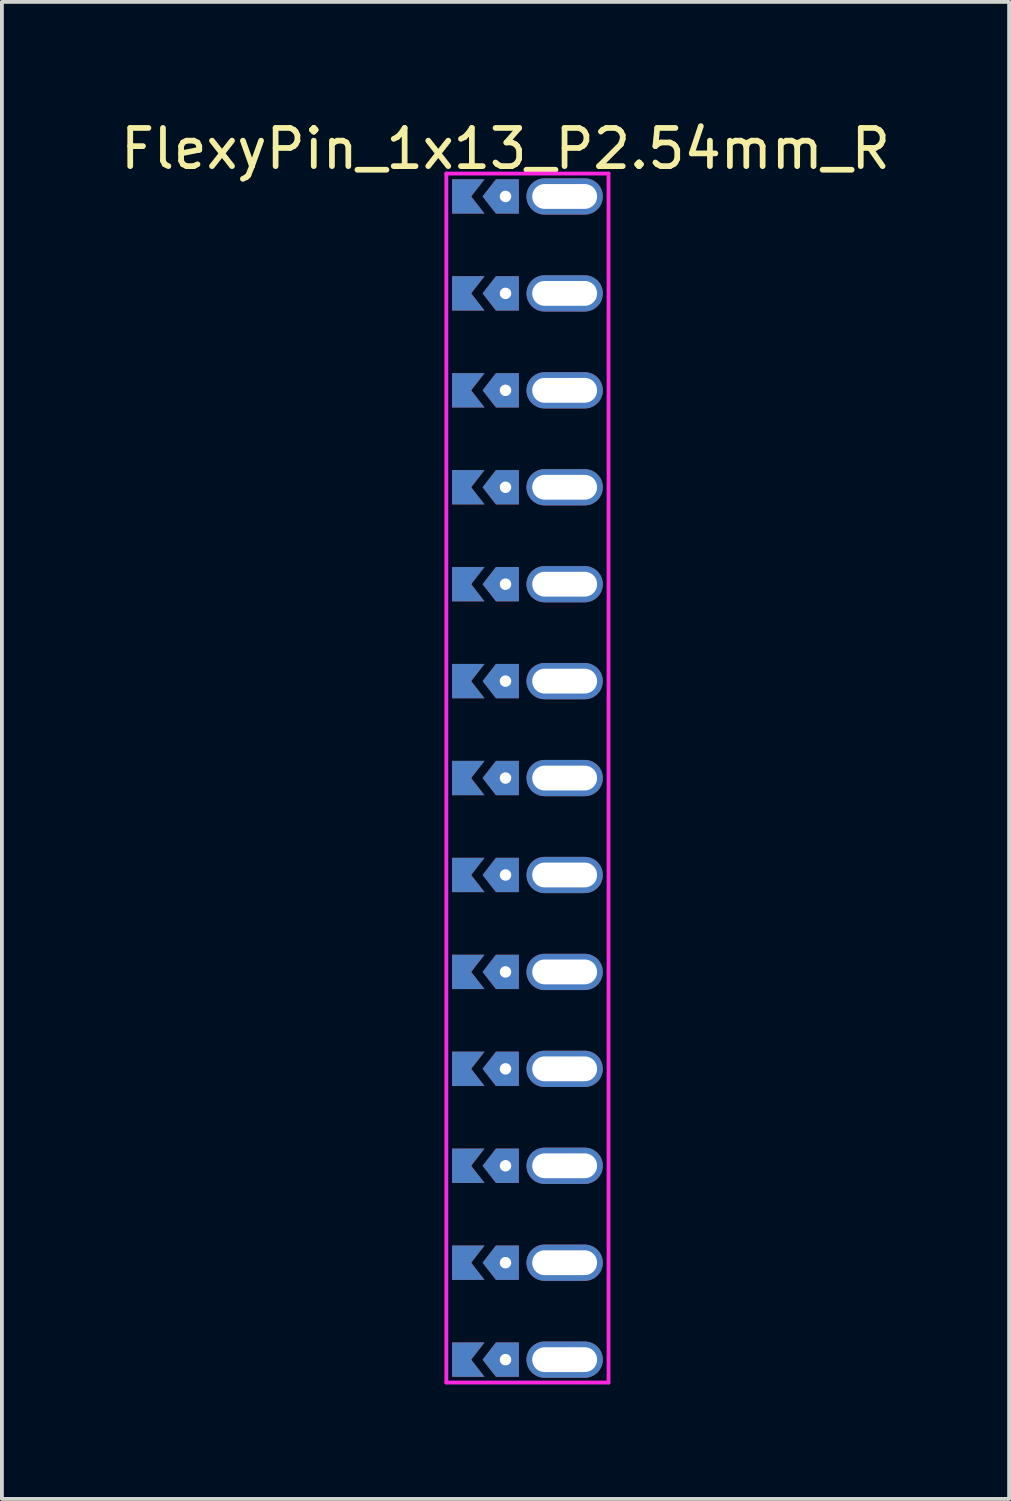
<source format=kicad_pcb>
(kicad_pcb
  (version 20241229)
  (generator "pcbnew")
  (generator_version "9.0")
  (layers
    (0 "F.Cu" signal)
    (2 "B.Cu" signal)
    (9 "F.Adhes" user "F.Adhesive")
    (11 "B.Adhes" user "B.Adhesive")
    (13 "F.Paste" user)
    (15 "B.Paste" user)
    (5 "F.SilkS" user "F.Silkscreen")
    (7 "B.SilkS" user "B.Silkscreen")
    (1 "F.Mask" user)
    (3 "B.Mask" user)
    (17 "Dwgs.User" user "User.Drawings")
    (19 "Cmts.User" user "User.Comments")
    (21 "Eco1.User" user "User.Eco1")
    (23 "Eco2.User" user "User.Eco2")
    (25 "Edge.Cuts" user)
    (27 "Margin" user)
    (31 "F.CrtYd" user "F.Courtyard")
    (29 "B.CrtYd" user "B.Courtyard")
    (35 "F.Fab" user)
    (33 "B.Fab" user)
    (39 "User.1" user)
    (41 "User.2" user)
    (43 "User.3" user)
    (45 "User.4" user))
  (footprint "FlexyPin_1x13_P2.54mm_R"
    (layer "F.Cu")
    (at 10.196 2.098)
    (property "Reference" "FlexyPin_1x13_P2.54mm_R" (at 0 -1.25 0) (layer "F.SilkS") (effects (font (size 1 1) (thickness 0.15))))
    (attr through_hole)
    (fp_line (start -1.55 -0.6) (end 2.7 -0.6) (stroke (width 0.1) (type solid)) (layer "F.CrtYd"))
    (fp_line (start -1.55 31.08) (end -1.55 -0.6) (stroke (width 0.1) (type solid)) (layer "F.CrtYd"))
    (fp_line (start 2.7 -0.6) (end 2.7 31.08) (stroke (width 0.1) (type solid)) (layer "F.CrtYd"))
    (fp_line (start 2.7 31.08) (end -1.55 31.08) (stroke (width 0.1) (type solid)) (layer "F.CrtYd"))
    (pad "" thru_hole custom (at 0 0) (size 0.3 0.3) (drill 0.6) (layers "*.Cu" "*.Mask") (options (anchor rect)) (primitives (gr_poly (pts (xy 0.35 0.45) (xy 0.35 -0.45) (xy -0.25 -0.45) (xy -0.6 0) (xy -0.25 0.45)) (width 0) (fill yes))))
    (pad "" thru_hole custom (at 0 2.54) (size 0.3 0.3) (drill 0.6) (layers "*.Cu" "*.Mask") (options (anchor rect)) (primitives (gr_poly (pts (xy 0.35 0.45) (xy 0.35 -0.45) (xy -0.25 -0.45) (xy -0.6 0) (xy -0.25 0.45)) (width 0) (fill yes))))
    (pad "" thru_hole custom (at 0 5.08) (size 0.3 0.3) (drill 0.6) (layers "*.Cu" "*.Mask") (options (anchor rect)) (primitives (gr_poly (pts (xy 0.35 0.45) (xy 0.35 -0.45) (xy -0.25 -0.45) (xy -0.6 0) (xy -0.25 0.45)) (width 0) (fill yes))))
    (pad "" thru_hole custom (at 0 7.62) (size 0.3 0.3) (drill 0.6) (layers "*.Cu" "*.Mask") (options (anchor rect)) (primitives (gr_poly (pts (xy 0.35 0.45) (xy 0.35 -0.45) (xy -0.25 -0.45) (xy -0.6 0) (xy -0.25 0.45)) (width 0) (fill yes))))
    (pad "" thru_hole custom (at 0 10.16) (size 0.3 0.3) (drill 0.6) (layers "*.Cu" "*.Mask") (options (anchor rect)) (primitives (gr_poly (pts (xy 0.35 0.45) (xy 0.35 -0.45) (xy -0.25 -0.45) (xy -0.6 0) (xy -0.25 0.45)) (width 0) (fill yes))))
    (pad "" thru_hole custom (at 0 12.7) (size 0.3 0.3) (drill 0.6) (layers "*.Cu" "*.Mask") (options (anchor rect)) (primitives (gr_poly (pts (xy 0.35 0.45) (xy 0.35 -0.45) (xy -0.25 -0.45) (xy -0.6 0) (xy -0.25 0.45)) (width 0) (fill yes))))
    (pad "" thru_hole custom (at 0 15.24) (size 0.3 0.3) (drill 0.6) (layers "*.Cu" "*.Mask") (options (anchor rect)) (primitives (gr_poly (pts (xy 0.35 0.45) (xy 0.35 -0.45) (xy -0.25 -0.45) (xy -0.6 0) (xy -0.25 0.45)) (width 0) (fill yes))))
    (pad "" thru_hole custom (at 0 17.78) (size 0.3 0.3) (drill 0.6) (layers "*.Cu" "*.Mask") (options (anchor rect)) (primitives (gr_poly (pts (xy 0.35 0.45) (xy 0.35 -0.45) (xy -0.25 -0.45) (xy -0.6 0) (xy -0.25 0.45)) (width 0) (fill yes))))
    (pad "" thru_hole custom (at 0 20.32) (size 0.3 0.3) (drill 0.6) (layers "*.Cu" "*.Mask") (options (anchor rect)) (primitives (gr_poly (pts (xy 0.35 0.45) (xy 0.35 -0.45) (xy -0.25 -0.45) (xy -0.6 0) (xy -0.25 0.45)) (width 0) (fill yes))))
    (pad "" thru_hole custom (at 0 22.86) (size 0.3 0.3) (drill 0.6) (layers "*.Cu" "*.Mask") (options (anchor rect)) (primitives (gr_poly (pts (xy 0.35 0.45) (xy 0.35 -0.45) (xy -0.25 -0.45) (xy -0.6 0) (xy -0.25 0.45)) (width 0) (fill yes))))
    (pad "" thru_hole custom (at 0 25.4) (size 0.3 0.3) (drill 0.6) (layers "*.Cu" "*.Mask") (options (anchor rect)) (primitives (gr_poly (pts (xy 0.35 0.45) (xy 0.35 -0.45) (xy -0.25 -0.45) (xy -0.6 0) (xy -0.25 0.45)) (width 0) (fill yes))))
    (pad "" thru_hole custom (at 0 27.94) (size 0.3 0.3) (drill 0.6) (layers "*.Cu" "*.Mask") (options (anchor rect)) (primitives (gr_poly (pts (xy 0.35 0.45) (xy 0.35 -0.45) (xy -0.25 -0.45) (xy -0.6 0) (xy -0.25 0.45)) (width 0) (fill yes))))
    (pad "" thru_hole custom (at 0 30.48) (size 0.3 0.3) (drill 0.6) (layers "*.Cu" "*.Mask") (options (anchor rect)) (primitives (gr_poly (pts (xy 0.35 0.45) (xy 0.35 -0.45) (xy -0.25 -0.45) (xy -0.6 0) (xy -0.25 0.45)) (width 0) (fill yes))))
    (pad "" thru_hole oval (at 1.55 0) (size 2 0.95) (drill oval 1.7 0.65) (layers "*.Cu" "*.Mask"))
    (pad "" thru_hole oval (at 1.55 2.54) (size 2 0.95) (drill oval 1.7 0.65) (layers "*.Cu" "*.Mask"))
    (pad "" thru_hole oval (at 1.55 5.08) (size 2 0.95) (drill oval 1.7 0.65) (layers "*.Cu" "*.Mask"))
    (pad "" thru_hole oval (at 1.55 7.62) (size 2 0.95) (drill oval 1.7 0.65) (layers "*.Cu" "*.Mask"))
    (pad "" thru_hole oval (at 1.55 10.16) (size 2 0.95) (drill oval 1.7 0.65) (layers "*.Cu" "*.Mask"))
    (pad "" thru_hole oval (at 1.55 12.7) (size 2 0.95) (drill oval 1.7 0.65) (layers "*.Cu" "*.Mask"))
    (pad "" thru_hole oval (at 1.55 15.24) (size 2 0.95) (drill oval 1.7 0.65) (layers "*.Cu" "*.Mask"))
    (pad "" thru_hole oval (at 1.55 17.78) (size 2 0.95) (drill oval 1.7 0.65) (layers "*.Cu" "*.Mask"))
    (pad "" thru_hole oval (at 1.55 20.32) (size 2 0.95) (drill oval 1.7 0.65) (layers "*.Cu" "*.Mask"))
    (pad "" thru_hole oval (at 1.55 22.86) (size 2 0.95) (drill oval 1.7 0.65) (layers "*.Cu" "*.Mask"))
    (pad "" thru_hole oval (at 1.55 25.4) (size 2 0.95) (drill oval 1.7 0.65) (layers "*.Cu" "*.Mask"))
    (pad "" thru_hole oval (at 1.55 27.94) (size 2 0.95) (drill oval 1.7 0.65) (layers "*.Cu" "*.Mask"))
    (pad "" thru_hole oval (at 1.55 30.48) (size 2 0.95) (drill oval 1.7 0.65) (layers "*.Cu" "*.Mask"))
    (pad "1" smd custom (at -0.9 0) (size 0.01 0.01) (layers "F.Cu" "F.Mask") (options (anchor rect)) (primitives (gr_poly (pts (xy 0 0) (xy 0.35 0.45) (xy -0.5 0.45) (xy -0.5 -0.45) (xy 0.35 -0.45)) (width 0) (fill yes))))
    (pad "2" smd custom (at -0.9 2.54) (size 0.01 0.01) (layers "F.Cu" "F.Mask") (options (anchor rect)) (primitives (gr_poly (pts (xy 0 0) (xy 0.35 0.45) (xy -0.5 0.45) (xy -0.5 -0.45) (xy 0.35 -0.45)) (width 0) (fill yes))))
    (pad "3" smd custom (at -0.9 5.08) (size 0.01 0.01) (layers "F.Cu" "F.Mask") (options (anchor rect)) (primitives (gr_poly (pts (xy 0 0) (xy 0.35 0.45) (xy -0.5 0.45) (xy -0.5 -0.45) (xy 0.35 -0.45)) (width 0) (fill yes))))
    (pad "4" smd custom (at -0.9 7.62) (size 0.01 0.01) (layers "F.Cu" "F.Mask") (options (anchor rect)) (primitives (gr_poly (pts (xy 0 0) (xy 0.35 0.45) (xy -0.5 0.45) (xy -0.5 -0.45) (xy 0.35 -0.45)) (width 0) (fill yes))))
    (pad "5" smd custom (at -0.9 10.16) (size 0.01 0.01) (layers "F.Cu" "F.Mask") (options (anchor rect)) (primitives (gr_poly (pts (xy 0 0) (xy 0.35 0.45) (xy -0.5 0.45) (xy -0.5 -0.45) (xy 0.35 -0.45)) (width 0) (fill yes))))
    (pad "6" smd custom (at -0.9 12.7) (size 0.01 0.01) (layers "F.Cu" "F.Mask") (options (anchor rect)) (primitives (gr_poly (pts (xy 0 0) (xy 0.35 0.45) (xy -0.5 0.45) (xy -0.5 -0.45) (xy 0.35 -0.45)) (width 0) (fill yes))))
    (pad "7" smd custom (at -0.9 15.24) (size 0.01 0.01) (layers "F.Cu" "F.Mask") (options (anchor rect)) (primitives (gr_poly (pts (xy 0 0) (xy 0.35 0.45) (xy -0.5 0.45) (xy -0.5 -0.45) (xy 0.35 -0.45)) (width 0) (fill yes))))
    (pad "8" smd custom (at -0.9 17.78) (size 0.01 0.01) (layers "F.Cu" "F.Mask") (options (anchor rect)) (primitives (gr_poly (pts (xy 0 0) (xy 0.35 0.45) (xy -0.5 0.45) (xy -0.5 -0.45) (xy 0.35 -0.45)) (width 0) (fill yes))))
    (pad "9" smd custom (at -0.9 20.32) (size 0.01 0.01) (layers "F.Cu" "F.Mask") (options (anchor rect)) (primitives (gr_poly (pts (xy 0 0) (xy 0.35 0.45) (xy -0.5 0.45) (xy -0.5 -0.45) (xy 0.35 -0.45)) (width 0) (fill yes))))
    (pad "10" smd custom (at -0.9 22.86) (size 0.01 0.01) (layers "F.Cu" "F.Mask") (options (anchor rect)) (primitives (gr_poly (pts (xy 0 0) (xy 0.35 0.45) (xy -0.5 0.45) (xy -0.5 -0.45) (xy 0.35 -0.45)) (width 0) (fill yes))))
    (pad "11" smd custom (at -0.9 25.4) (size 0.01 0.01) (layers "F.Cu" "F.Mask") (options (anchor rect)) (primitives (gr_poly (pts (xy 0 0) (xy 0.35 0.45) (xy -0.5 0.45) (xy -0.5 -0.45) (xy 0.35 -0.45)) (width 0) (fill yes))))
    (pad "12" smd custom (at -0.9 27.94) (size 0.01 0.01) (layers "F.Cu" "F.Mask") (options (anchor rect)) (primitives (gr_poly (pts (xy 0 0) (xy 0.35 0.45) (xy -0.5 0.45) (xy -0.5 -0.45) (xy 0.35 -0.45)) (width 0) (fill yes))))
    (pad "13" smd custom (at -0.9 30.48) (size 0.01 0.01) (layers "F.Cu" "F.Mask") (options (anchor rect)) (primitives (gr_poly (pts (xy 0 0) (xy 0.35 0.45) (xy -0.5 0.45) (xy -0.5 -0.45) (xy 0.35 -0.45)) (width 0) (fill yes))))
    (pad "14" smd custom (at -0.9 0) (size 0.01 0.01) (layers "B.Cu" "B.Mask") (options (anchor rect)) (primitives (gr_poly (pts (xy 0 0) (xy 0.35 0.45) (xy -0.5 0.45) (xy -0.5 -0.45) (xy 0.35 -0.45)) (width 0) (fill yes))))
    (pad "15" smd custom (at -0.9 2.54) (size 0.01 0.01) (layers "B.Cu" "B.Mask") (options (anchor rect)) (primitives (gr_poly (pts (xy 0 0) (xy 0.35 0.45) (xy -0.5 0.45) (xy -0.5 -0.45) (xy 0.35 -0.45)) (width 0) (fill yes))))
    (pad "16" smd custom (at -0.9 5.08) (size 0.01 0.01) (layers "B.Cu" "B.Mask") (options (anchor rect)) (primitives (gr_poly (pts (xy 0 0) (xy 0.35 0.45) (xy -0.5 0.45) (xy -0.5 -0.45) (xy 0.35 -0.45)) (width 0) (fill yes))))
    (pad "17" smd custom (at -0.9 7.62) (size 0.01 0.01) (layers "B.Cu" "B.Mask") (options (anchor rect)) (primitives (gr_poly (pts (xy 0 0) (xy 0.35 0.45) (xy -0.5 0.45) (xy -0.5 -0.45) (xy 0.35 -0.45)) (width 0) (fill yes))))
    (pad "18" smd custom (at -0.9 10.16) (size 0.01 0.01) (layers "B.Cu" "B.Mask") (options (anchor rect)) (primitives (gr_poly (pts (xy 0 0) (xy 0.35 0.45) (xy -0.5 0.45) (xy -0.5 -0.45) (xy 0.35 -0.45)) (width 0) (fill yes))))
    (pad "19" smd custom (at -0.9 12.7) (size 0.01 0.01) (layers "B.Cu" "B.Mask") (options (anchor rect)) (primitives (gr_poly (pts (xy 0 0) (xy 0.35 0.45) (xy -0.5 0.45) (xy -0.5 -0.45) (xy 0.35 -0.45)) (width 0) (fill yes))))
    (pad "20" smd custom (at -0.9 15.24) (size 0.01 0.01) (layers "B.Cu" "B.Mask") (options (anchor rect)) (primitives (gr_poly (pts (xy 0 0) (xy 0.35 0.45) (xy -0.5 0.45) (xy -0.5 -0.45) (xy 0.35 -0.45)) (width 0) (fill yes))))
    (pad "21" smd custom (at -0.9 17.78) (size 0.01 0.01) (layers "B.Cu" "B.Mask") (options (anchor rect)) (primitives (gr_poly (pts (xy 0 0) (xy 0.35 0.45) (xy -0.5 0.45) (xy -0.5 -0.45) (xy 0.35 -0.45)) (width 0) (fill yes))))
    (pad "22" smd custom (at -0.9 20.32) (size 0.01 0.01) (layers "B.Cu" "B.Mask") (options (anchor rect)) (primitives (gr_poly (pts (xy 0 0) (xy 0.35 0.45) (xy -0.5 0.45) (xy -0.5 -0.45) (xy 0.35 -0.45)) (width 0) (fill yes))))
    (pad "23" smd custom (at -0.9 22.86) (size 0.01 0.01) (layers "B.Cu" "B.Mask") (options (anchor rect)) (primitives (gr_poly (pts (xy 0 0) (xy 0.35 0.45) (xy -0.5 0.45) (xy -0.5 -0.45) (xy 0.35 -0.45)) (width 0) (fill yes))))
    (pad "24" smd custom (at -0.9 25.4) (size 0.01 0.01) (layers "B.Cu" "B.Mask") (options (anchor rect)) (primitives (gr_poly (pts (xy 0 0) (xy 0.35 0.45) (xy -0.5 0.45) (xy -0.5 -0.45) (xy 0.35 -0.45)) (width 0) (fill yes))))
    (pad "25" smd custom (at -0.9 27.94) (size 0.01 0.01) (layers "B.Cu" "B.Mask") (options (anchor rect)) (primitives (gr_poly (pts (xy 0 0) (xy 0.35 0.45) (xy -0.5 0.45) (xy -0.5 -0.45) (xy 0.35 -0.45)) (width 0) (fill yes))))
    (pad "26" smd custom (at -0.9 30.48) (size 0.01 0.01) (layers "B.Cu" "B.Mask") (options (anchor rect)) (primitives (gr_poly (pts (xy 0 0) (xy 0.35 0.45) (xy -0.5 0.45) (xy -0.5 -0.45) (xy 0.35 -0.45)) (width 0) (fill yes)))))
  (gr_rect
    (start -3 -3)
    (end 23.393 36.228)
    (stroke (width 0.1) (type default))
    (fill no)
    (layer "Edge.Cuts")))
</source>
